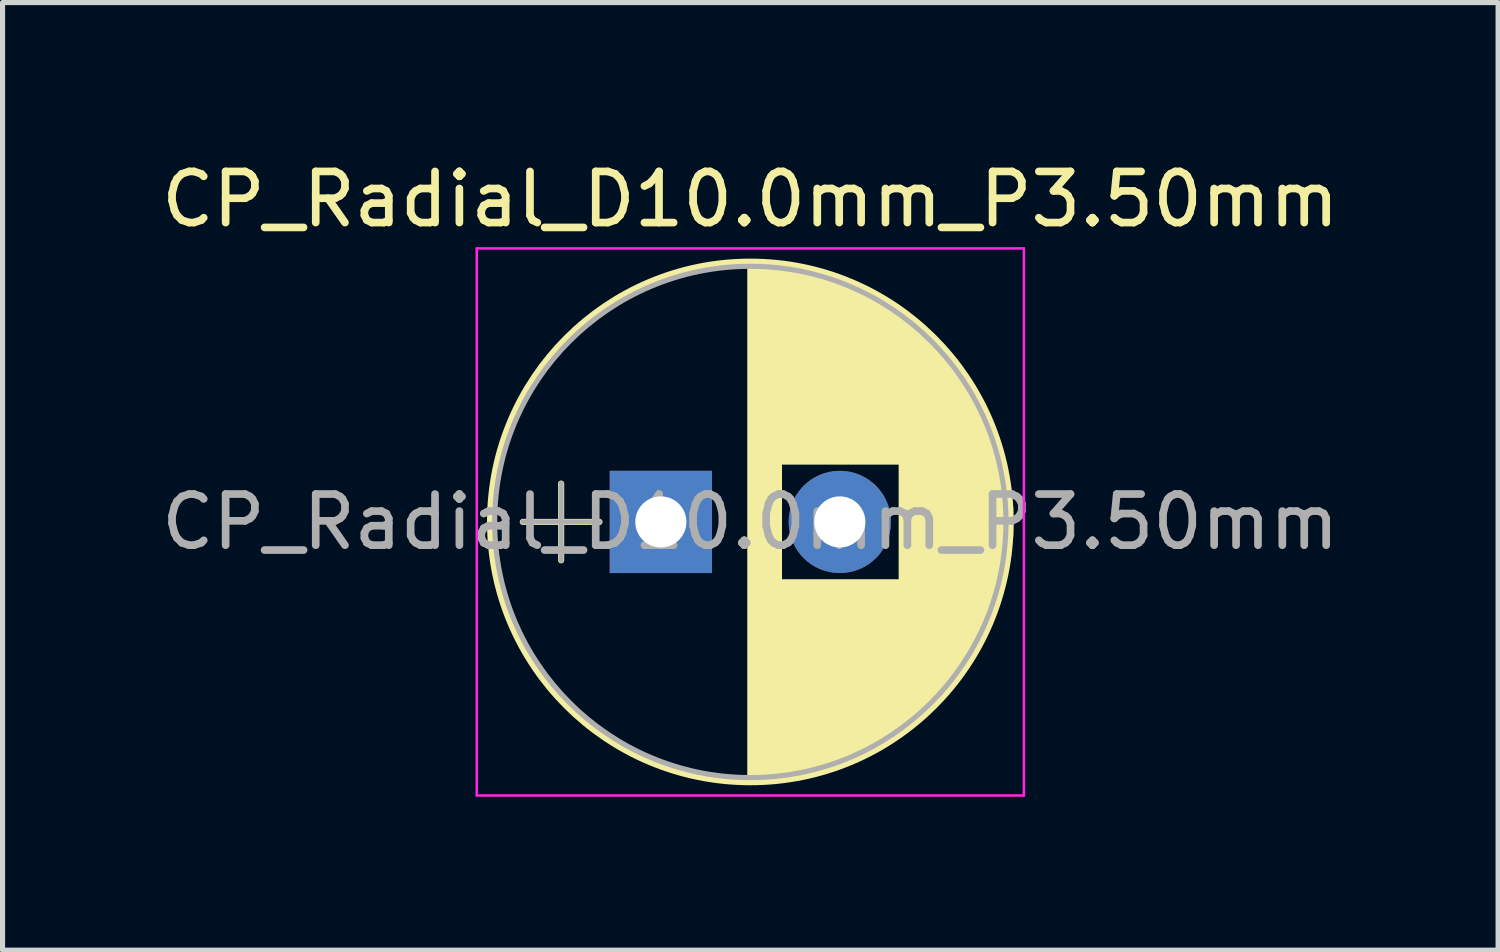
<source format=kicad_pcb>
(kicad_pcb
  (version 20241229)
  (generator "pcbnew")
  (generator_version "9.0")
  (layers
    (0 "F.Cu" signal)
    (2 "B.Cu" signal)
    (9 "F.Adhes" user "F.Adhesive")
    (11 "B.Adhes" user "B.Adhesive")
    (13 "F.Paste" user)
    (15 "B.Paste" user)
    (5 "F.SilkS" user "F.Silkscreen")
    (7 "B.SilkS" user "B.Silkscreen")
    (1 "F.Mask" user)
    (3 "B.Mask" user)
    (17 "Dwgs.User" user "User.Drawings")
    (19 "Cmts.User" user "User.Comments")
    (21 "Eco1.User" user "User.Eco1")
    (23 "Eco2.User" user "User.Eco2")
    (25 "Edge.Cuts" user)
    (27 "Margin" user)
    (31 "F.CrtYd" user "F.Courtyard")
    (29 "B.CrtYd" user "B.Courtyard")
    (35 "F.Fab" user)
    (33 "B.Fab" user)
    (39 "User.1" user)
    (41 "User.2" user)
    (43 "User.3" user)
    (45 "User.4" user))
  (footprint "CP_Radial_D10.0mm_P3.50mm"
    (layer "F.Cu")
    (at 9.875 7.158)
    (property "Reference" "CP_Radial_D10.0mm_P3.50mm" (at 1.75 -6.31 0) (layer "F.SilkS") (effects (font (size 1 1) (thickness 0.15))))
    (attr through_hole)
    (fp_line (start -2.7 0) (end -1.2 0) (stroke (width 0.12) (type solid)) (layer "F.SilkS"))
    (fp_line (start -1.95 -0.75) (end -1.95 0.75) (stroke (width 0.12) (type solid)) (layer "F.SilkS"))
    (fp_line (start 1.75 -5.05) (end 1.75 5.05) (stroke (width 0.12) (type solid)) (layer "F.SilkS"))
    (fp_line (start 1.79 -5.05) (end 1.79 5.05) (stroke (width 0.12) (type solid)) (layer "F.SilkS"))
    (fp_line (start 1.83 -5.05) (end 1.83 5.05) (stroke (width 0.12) (type solid)) (layer "F.SilkS"))
    (fp_line (start 1.87 -5.049) (end 1.87 5.049) (stroke (width 0.12) (type solid)) (layer "F.SilkS"))
    (fp_line (start 1.91 -5.048) (end 1.91 5.048) (stroke (width 0.12) (type solid)) (layer "F.SilkS"))
    (fp_line (start 1.95 -5.047) (end 1.95 5.047) (stroke (width 0.12) (type solid)) (layer "F.SilkS"))
    (fp_line (start 1.99 -5.045) (end 1.99 5.045) (stroke (width 0.12) (type solid)) (layer "F.SilkS"))
    (fp_line (start 2.03 -5.043) (end 2.03 5.043) (stroke (width 0.12) (type solid)) (layer "F.SilkS"))
    (fp_line (start 2.07 -5.04) (end 2.07 5.04) (stroke (width 0.12) (type solid)) (layer "F.SilkS"))
    (fp_line (start 2.11 -5.038) (end 2.11 5.038) (stroke (width 0.12) (type solid)) (layer "F.SilkS"))
    (fp_line (start 2.15 -5.035) (end 2.15 5.035) (stroke (width 0.12) (type solid)) (layer "F.SilkS"))
    (fp_line (start 2.19 -5.031) (end 2.19 5.031) (stroke (width 0.12) (type solid)) (layer "F.SilkS"))
    (fp_line (start 2.23 -5.028) (end 2.23 5.028) (stroke (width 0.12) (type solid)) (layer "F.SilkS"))
    (fp_line (start 2.27 -5.024) (end 2.27 5.024) (stroke (width 0.12) (type solid)) (layer "F.SilkS"))
    (fp_line (start 2.31 -5.02) (end 2.31 5.02) (stroke (width 0.12) (type solid)) (layer "F.SilkS"))
    (fp_line (start 2.35 -5.015) (end 2.35 -1.181) (stroke (width 0.12) (type solid)) (layer "F.SilkS"))
    (fp_line (start 2.35 1.181) (end 2.35 5.015) (stroke (width 0.12) (type solid)) (layer "F.SilkS"))
    (fp_line (start 2.39 -5.01) (end 2.39 -1.181) (stroke (width 0.12) (type solid)) (layer "F.SilkS"))
    (fp_line (start 2.39 1.181) (end 2.39 5.01) (stroke (width 0.12) (type solid)) (layer "F.SilkS"))
    (fp_line (start 2.43 -5.005) (end 2.43 -1.181) (stroke (width 0.12) (type solid)) (layer "F.SilkS"))
    (fp_line (start 2.43 1.181) (end 2.43 5.005) (stroke (width 0.12) (type solid)) (layer "F.SilkS"))
    (fp_line (start 2.471 -4.999) (end 2.471 -1.181) (stroke (width 0.12) (type solid)) (layer "F.SilkS"))
    (fp_line (start 2.471 1.181) (end 2.471 4.999) (stroke (width 0.12) (type solid)) (layer "F.SilkS"))
    (fp_line (start 2.511 -4.993) (end 2.511 -1.181) (stroke (width 0.12) (type solid)) (layer "F.SilkS"))
    (fp_line (start 2.511 1.181) (end 2.511 4.993) (stroke (width 0.12) (type solid)) (layer "F.SilkS"))
    (fp_line (start 2.551 -4.987) (end 2.551 -1.181) (stroke (width 0.12) (type solid)) (layer "F.SilkS"))
    (fp_line (start 2.551 1.181) (end 2.551 4.987) (stroke (width 0.12) (type solid)) (layer "F.SilkS"))
    (fp_line (start 2.591 -4.981) (end 2.591 -1.181) (stroke (width 0.12) (type solid)) (layer "F.SilkS"))
    (fp_line (start 2.591 1.181) (end 2.591 4.981) (stroke (width 0.12) (type solid)) (layer "F.SilkS"))
    (fp_line (start 2.631 -4.974) (end 2.631 -1.181) (stroke (width 0.12) (type solid)) (layer "F.SilkS"))
    (fp_line (start 2.631 1.181) (end 2.631 4.974) (stroke (width 0.12) (type solid)) (layer "F.SilkS"))
    (fp_line (start 2.671 -4.967) (end 2.671 -1.181) (stroke (width 0.12) (type solid)) (layer "F.SilkS"))
    (fp_line (start 2.671 1.181) (end 2.671 4.967) (stroke (width 0.12) (type solid)) (layer "F.SilkS"))
    (fp_line (start 2.711 -4.959) (end 2.711 -1.181) (stroke (width 0.12) (type solid)) (layer "F.SilkS"))
    (fp_line (start 2.711 1.181) (end 2.711 4.959) (stroke (width 0.12) (type solid)) (layer "F.SilkS"))
    (fp_line (start 2.751 -4.951) (end 2.751 -1.181) (stroke (width 0.12) (type solid)) (layer "F.SilkS"))
    (fp_line (start 2.751 1.181) (end 2.751 4.951) (stroke (width 0.12) (type solid)) (layer "F.SilkS"))
    (fp_line (start 2.791 -4.943) (end 2.791 -1.181) (stroke (width 0.12) (type solid)) (layer "F.SilkS"))
    (fp_line (start 2.791 1.181) (end 2.791 4.943) (stroke (width 0.12) (type solid)) (layer "F.SilkS"))
    (fp_line (start 2.831 -4.935) (end 2.831 -1.181) (stroke (width 0.12) (type solid)) (layer "F.SilkS"))
    (fp_line (start 2.831 1.181) (end 2.831 4.935) (stroke (width 0.12) (type solid)) (layer "F.SilkS"))
    (fp_line (start 2.871 -4.926) (end 2.871 -1.181) (stroke (width 0.12) (type solid)) (layer "F.SilkS"))
    (fp_line (start 2.871 1.181) (end 2.871 4.926) (stroke (width 0.12) (type solid)) (layer "F.SilkS"))
    (fp_line (start 2.911 -4.917) (end 2.911 -1.181) (stroke (width 0.12) (type solid)) (layer "F.SilkS"))
    (fp_line (start 2.911 1.181) (end 2.911 4.917) (stroke (width 0.12) (type solid)) (layer "F.SilkS"))
    (fp_line (start 2.951 -4.907) (end 2.951 -1.181) (stroke (width 0.12) (type solid)) (layer "F.SilkS"))
    (fp_line (start 2.951 1.181) (end 2.951 4.907) (stroke (width 0.12) (type solid)) (layer "F.SilkS"))
    (fp_line (start 2.991 -4.897) (end 2.991 -1.181) (stroke (width 0.12) (type solid)) (layer "F.SilkS"))
    (fp_line (start 2.991 1.181) (end 2.991 4.897) (stroke (width 0.12) (type solid)) (layer "F.SilkS"))
    (fp_line (start 3.031 -4.887) (end 3.031 -1.181) (stroke (width 0.12) (type solid)) (layer "F.SilkS"))
    (fp_line (start 3.031 1.181) (end 3.031 4.887) (stroke (width 0.12) (type solid)) (layer "F.SilkS"))
    (fp_line (start 3.071 -4.876) (end 3.071 -1.181) (stroke (width 0.12) (type solid)) (layer "F.SilkS"))
    (fp_line (start 3.071 1.181) (end 3.071 4.876) (stroke (width 0.12) (type solid)) (layer "F.SilkS"))
    (fp_line (start 3.111 -4.865) (end 3.111 -1.181) (stroke (width 0.12) (type solid)) (layer "F.SilkS"))
    (fp_line (start 3.111 1.181) (end 3.111 4.865) (stroke (width 0.12) (type solid)) (layer "F.SilkS"))
    (fp_line (start 3.151 -4.854) (end 3.151 -1.181) (stroke (width 0.12) (type solid)) (layer "F.SilkS"))
    (fp_line (start 3.151 1.181) (end 3.151 4.854) (stroke (width 0.12) (type solid)) (layer "F.SilkS"))
    (fp_line (start 3.191 -4.843) (end 3.191 -1.181) (stroke (width 0.12) (type solid)) (layer "F.SilkS"))
    (fp_line (start 3.191 1.181) (end 3.191 4.843) (stroke (width 0.12) (type solid)) (layer "F.SilkS"))
    (fp_line (start 3.231 -4.831) (end 3.231 -1.181) (stroke (width 0.12) (type solid)) (layer "F.SilkS"))
    (fp_line (start 3.231 1.181) (end 3.231 4.831) (stroke (width 0.12) (type solid)) (layer "F.SilkS"))
    (fp_line (start 3.271 -4.818) (end 3.271 -1.181) (stroke (width 0.12) (type solid)) (layer "F.SilkS"))
    (fp_line (start 3.271 1.181) (end 3.271 4.818) (stroke (width 0.12) (type solid)) (layer "F.SilkS"))
    (fp_line (start 3.311 -4.806) (end 3.311 -1.181) (stroke (width 0.12) (type solid)) (layer "F.SilkS"))
    (fp_line (start 3.311 1.181) (end 3.311 4.806) (stroke (width 0.12) (type solid)) (layer "F.SilkS"))
    (fp_line (start 3.351 -4.792) (end 3.351 -1.181) (stroke (width 0.12) (type solid)) (layer "F.SilkS"))
    (fp_line (start 3.351 1.181) (end 3.351 4.792) (stroke (width 0.12) (type solid)) (layer "F.SilkS"))
    (fp_line (start 3.391 -4.779) (end 3.391 -1.181) (stroke (width 0.12) (type solid)) (layer "F.SilkS"))
    (fp_line (start 3.391 1.181) (end 3.391 4.779) (stroke (width 0.12) (type solid)) (layer "F.SilkS"))
    (fp_line (start 3.431 -4.765) (end 3.431 -1.181) (stroke (width 0.12) (type solid)) (layer "F.SilkS"))
    (fp_line (start 3.431 1.181) (end 3.431 4.765) (stroke (width 0.12) (type solid)) (layer "F.SilkS"))
    (fp_line (start 3.471 -4.751) (end 3.471 -1.181) (stroke (width 0.12) (type solid)) (layer "F.SilkS"))
    (fp_line (start 3.471 1.181) (end 3.471 4.751) (stroke (width 0.12) (type solid)) (layer "F.SilkS"))
    (fp_line (start 3.511 -4.737) (end 3.511 -1.181) (stroke (width 0.12) (type solid)) (layer "F.SilkS"))
    (fp_line (start 3.511 1.181) (end 3.511 4.737) (stroke (width 0.12) (type solid)) (layer "F.SilkS"))
    (fp_line (start 3.551 -4.722) (end 3.551 -1.181) (stroke (width 0.12) (type solid)) (layer "F.SilkS"))
    (fp_line (start 3.551 1.181) (end 3.551 4.722) (stroke (width 0.12) (type solid)) (layer "F.SilkS"))
    (fp_line (start 3.591 -4.706) (end 3.591 -1.181) (stroke (width 0.12) (type solid)) (layer "F.SilkS"))
    (fp_line (start 3.591 1.181) (end 3.591 4.706) (stroke (width 0.12) (type solid)) (layer "F.SilkS"))
    (fp_line (start 3.631 -4.691) (end 3.631 -1.181) (stroke (width 0.12) (type solid)) (layer "F.SilkS"))
    (fp_line (start 3.631 1.181) (end 3.631 4.691) (stroke (width 0.12) (type solid)) (layer "F.SilkS"))
    (fp_line (start 3.671 -4.674) (end 3.671 -1.181) (stroke (width 0.12) (type solid)) (layer "F.SilkS"))
    (fp_line (start 3.671 1.181) (end 3.671 4.674) (stroke (width 0.12) (type solid)) (layer "F.SilkS"))
    (fp_line (start 3.711 -4.658) (end 3.711 -1.181) (stroke (width 0.12) (type solid)) (layer "F.SilkS"))
    (fp_line (start 3.711 1.181) (end 3.711 4.658) (stroke (width 0.12) (type solid)) (layer "F.SilkS"))
    (fp_line (start 3.751 -4.641) (end 3.751 -1.181) (stroke (width 0.12) (type solid)) (layer "F.SilkS"))
    (fp_line (start 3.751 1.181) (end 3.751 4.641) (stroke (width 0.12) (type solid)) (layer "F.SilkS"))
    (fp_line (start 3.791 -4.624) (end 3.791 -1.181) (stroke (width 0.12) (type solid)) (layer "F.SilkS"))
    (fp_line (start 3.791 1.181) (end 3.791 4.624) (stroke (width 0.12) (type solid)) (layer "F.SilkS"))
    (fp_line (start 3.831 -4.606) (end 3.831 -1.181) (stroke (width 0.12) (type solid)) (layer "F.SilkS"))
    (fp_line (start 3.831 1.181) (end 3.831 4.606) (stroke (width 0.12) (type solid)) (layer "F.SilkS"))
    (fp_line (start 3.871 -4.588) (end 3.871 -1.181) (stroke (width 0.12) (type solid)) (layer "F.SilkS"))
    (fp_line (start 3.871 1.181) (end 3.871 4.588) (stroke (width 0.12) (type solid)) (layer "F.SilkS"))
    (fp_line (start 3.911 -4.569) (end 3.911 -1.181) (stroke (width 0.12) (type solid)) (layer "F.SilkS"))
    (fp_line (start 3.911 1.181) (end 3.911 4.569) (stroke (width 0.12) (type solid)) (layer "F.SilkS"))
    (fp_line (start 3.951 -4.55) (end 3.951 -1.181) (stroke (width 0.12) (type solid)) (layer "F.SilkS"))
    (fp_line (start 3.951 1.181) (end 3.951 4.55) (stroke (width 0.12) (type solid)) (layer "F.SilkS"))
    (fp_line (start 3.991 -4.531) (end 3.991 -1.181) (stroke (width 0.12) (type solid)) (layer "F.SilkS"))
    (fp_line (start 3.991 1.181) (end 3.991 4.531) (stroke (width 0.12) (type solid)) (layer "F.SilkS"))
    (fp_line (start 4.031 -4.511) (end 4.031 -1.181) (stroke (width 0.12) (type solid)) (layer "F.SilkS"))
    (fp_line (start 4.031 1.181) (end 4.031 4.511) (stroke (width 0.12) (type solid)) (layer "F.SilkS"))
    (fp_line (start 4.071 -4.491) (end 4.071 -1.181) (stroke (width 0.12) (type solid)) (layer "F.SilkS"))
    (fp_line (start 4.071 1.181) (end 4.071 4.491) (stroke (width 0.12) (type solid)) (layer "F.SilkS"))
    (fp_line (start 4.111 -4.47) (end 4.111 -1.181) (stroke (width 0.12) (type solid)) (layer "F.SilkS"))
    (fp_line (start 4.111 1.181) (end 4.111 4.47) (stroke (width 0.12) (type solid)) (layer "F.SilkS"))
    (fp_line (start 4.151 -4.449) (end 4.151 -1.181) (stroke (width 0.12) (type solid)) (layer "F.SilkS"))
    (fp_line (start 4.151 1.181) (end 4.151 4.449) (stroke (width 0.12) (type solid)) (layer "F.SilkS"))
    (fp_line (start 4.191 -4.428) (end 4.191 -1.181) (stroke (width 0.12) (type solid)) (layer "F.SilkS"))
    (fp_line (start 4.191 1.181) (end 4.191 4.428) (stroke (width 0.12) (type solid)) (layer "F.SilkS"))
    (fp_line (start 4.231 -4.405) (end 4.231 -1.181) (stroke (width 0.12) (type solid)) (layer "F.SilkS"))
    (fp_line (start 4.231 1.181) (end 4.231 4.405) (stroke (width 0.12) (type solid)) (layer "F.SilkS"))
    (fp_line (start 4.271 -4.383) (end 4.271 -1.181) (stroke (width 0.12) (type solid)) (layer "F.SilkS"))
    (fp_line (start 4.271 1.181) (end 4.271 4.383) (stroke (width 0.12) (type solid)) (layer "F.SilkS"))
    (fp_line (start 4.311 -4.36) (end 4.311 -1.181) (stroke (width 0.12) (type solid)) (layer "F.SilkS"))
    (fp_line (start 4.311 1.181) (end 4.311 4.36) (stroke (width 0.12) (type solid)) (layer "F.SilkS"))
    (fp_line (start 4.351 -4.336) (end 4.351 -1.181) (stroke (width 0.12) (type solid)) (layer "F.SilkS"))
    (fp_line (start 4.351 1.181) (end 4.351 4.336) (stroke (width 0.12) (type solid)) (layer "F.SilkS"))
    (fp_line (start 4.391 -4.312) (end 4.391 -1.181) (stroke (width 0.12) (type solid)) (layer "F.SilkS"))
    (fp_line (start 4.391 1.181) (end 4.391 4.312) (stroke (width 0.12) (type solid)) (layer "F.SilkS"))
    (fp_line (start 4.431 -4.288) (end 4.431 -1.181) (stroke (width 0.12) (type solid)) (layer "F.SilkS"))
    (fp_line (start 4.431 1.181) (end 4.431 4.288) (stroke (width 0.12) (type solid)) (layer "F.SilkS"))
    (fp_line (start 4.471 -4.263) (end 4.471 -1.181) (stroke (width 0.12) (type solid)) (layer "F.SilkS"))
    (fp_line (start 4.471 1.181) (end 4.471 4.263) (stroke (width 0.12) (type solid)) (layer "F.SilkS"))
    (fp_line (start 4.511 -4.237) (end 4.511 -1.181) (stroke (width 0.12) (type solid)) (layer "F.SilkS"))
    (fp_line (start 4.511 1.181) (end 4.511 4.237) (stroke (width 0.12) (type solid)) (layer "F.SilkS"))
    (fp_line (start 4.551 -4.211) (end 4.551 -1.181) (stroke (width 0.12) (type solid)) (layer "F.SilkS"))
    (fp_line (start 4.551 1.181) (end 4.551 4.211) (stroke (width 0.12) (type solid)) (layer "F.SilkS"))
    (fp_line (start 4.591 -4.185) (end 4.591 -1.181) (stroke (width 0.12) (type solid)) (layer "F.SilkS"))
    (fp_line (start 4.591 1.181) (end 4.591 4.185) (stroke (width 0.12) (type solid)) (layer "F.SilkS"))
    (fp_line (start 4.631 -4.157) (end 4.631 -1.181) (stroke (width 0.12) (type solid)) (layer "F.SilkS"))
    (fp_line (start 4.631 1.181) (end 4.631 4.157) (stroke (width 0.12) (type solid)) (layer "F.SilkS"))
    (fp_line (start 4.671 -4.13) (end 4.671 -1.181) (stroke (width 0.12) (type solid)) (layer "F.SilkS"))
    (fp_line (start 4.671 1.181) (end 4.671 4.13) (stroke (width 0.12) (type solid)) (layer "F.SilkS"))
    (fp_line (start 4.711 -4.101) (end 4.711 4.101) (stroke (width 0.12) (type solid)) (layer "F.SilkS"))
    (fp_line (start 4.751 -4.072) (end 4.751 4.072) (stroke (width 0.12) (type solid)) (layer "F.SilkS"))
    (fp_line (start 4.791 -4.043) (end 4.791 4.043) (stroke (width 0.12) (type solid)) (layer "F.SilkS"))
    (fp_line (start 4.831 -4.013) (end 4.831 4.013) (stroke (width 0.12) (type solid)) (layer "F.SilkS"))
    (fp_line (start 4.871 -3.982) (end 4.871 3.982) (stroke (width 0.12) (type solid)) (layer "F.SilkS"))
    (fp_line (start 4.911 -3.951) (end 4.911 3.951) (stroke (width 0.12) (type solid)) (layer "F.SilkS"))
    (fp_line (start 4.951 -3.919) (end 4.951 3.919) (stroke (width 0.12) (type solid)) (layer "F.SilkS"))
    (fp_line (start 4.991 -3.886) (end 4.991 3.886) (stroke (width 0.12) (type solid)) (layer "F.SilkS"))
    (fp_line (start 5.031 -3.853) (end 5.031 3.853) (stroke (width 0.12) (type solid)) (layer "F.SilkS"))
    (fp_line (start 5.071 -3.819) (end 5.071 3.819) (stroke (width 0.12) (type solid)) (layer "F.SilkS"))
    (fp_line (start 5.111 -3.784) (end 5.111 3.784) (stroke (width 0.12) (type solid)) (layer "F.SilkS"))
    (fp_line (start 5.151 -3.748) (end 5.151 3.748) (stroke (width 0.12) (type solid)) (layer "F.SilkS"))
    (fp_line (start 5.191 -3.712) (end 5.191 3.712) (stroke (width 0.12) (type solid)) (layer "F.SilkS"))
    (fp_line (start 5.231 -3.675) (end 5.231 3.675) (stroke (width 0.12) (type solid)) (layer "F.SilkS"))
    (fp_line (start 5.271 -3.637) (end 5.271 3.637) (stroke (width 0.12) (type solid)) (layer "F.SilkS"))
    (fp_line (start 5.311 -3.598) (end 5.311 3.598) (stroke (width 0.12) (type solid)) (layer "F.SilkS"))
    (fp_line (start 5.351 -3.559) (end 5.351 3.559) (stroke (width 0.12) (type solid)) (layer "F.SilkS"))
    (fp_line (start 5.391 -3.518) (end 5.391 3.518) (stroke (width 0.12) (type solid)) (layer "F.SilkS"))
    (fp_line (start 5.431 -3.477) (end 5.431 3.477) (stroke (width 0.12) (type solid)) (layer "F.SilkS"))
    (fp_line (start 5.471 -3.435) (end 5.471 3.435) (stroke (width 0.12) (type solid)) (layer "F.SilkS"))
    (fp_line (start 5.511 -3.391) (end 5.511 3.391) (stroke (width 0.12) (type solid)) (layer "F.SilkS"))
    (fp_line (start 5.551 -3.347) (end 5.551 3.347) (stroke (width 0.12) (type solid)) (layer "F.SilkS"))
    (fp_line (start 5.591 -3.302) (end 5.591 3.302) (stroke (width 0.12) (type solid)) (layer "F.SilkS"))
    (fp_line (start 5.631 -3.255) (end 5.631 3.255) (stroke (width 0.12) (type solid)) (layer "F.SilkS"))
    (fp_line (start 5.671 -3.207) (end 5.671 3.207) (stroke (width 0.12) (type solid)) (layer "F.SilkS"))
    (fp_line (start 5.711 -3.158) (end 5.711 3.158) (stroke (width 0.12) (type solid)) (layer "F.SilkS"))
    (fp_line (start 5.751 -3.108) (end 5.751 3.108) (stroke (width 0.12) (type solid)) (layer "F.SilkS"))
    (fp_line (start 5.791 -3.057) (end 5.791 3.057) (stroke (width 0.12) (type solid)) (layer "F.SilkS"))
    (fp_line (start 5.831 -3.004) (end 5.831 3.004) (stroke (width 0.12) (type solid)) (layer "F.SilkS"))
    (fp_line (start 5.871 -2.949) (end 5.871 2.949) (stroke (width 0.12) (type solid)) (layer "F.SilkS"))
    (fp_line (start 5.911 -2.894) (end 5.911 2.894) (stroke (width 0.12) (type solid)) (layer "F.SilkS"))
    (fp_line (start 5.951 -2.836) (end 5.951 2.836) (stroke (width 0.12) (type solid)) (layer "F.SilkS"))
    (fp_line (start 5.991 -2.777) (end 5.991 2.777) (stroke (width 0.12) (type solid)) (layer "F.SilkS"))
    (fp_line (start 6.031 -2.715) (end 6.031 2.715) (stroke (width 0.12) (type solid)) (layer "F.SilkS"))
    (fp_line (start 6.071 -2.652) (end 6.071 2.652) (stroke (width 0.12) (type solid)) (layer "F.SilkS"))
    (fp_line (start 6.111 -2.587) (end 6.111 2.587) (stroke (width 0.12) (type solid)) (layer "F.SilkS"))
    (fp_line (start 6.151 -2.519) (end 6.151 2.519) (stroke (width 0.12) (type solid)) (layer "F.SilkS"))
    (fp_line (start 6.191 -2.449) (end 6.191 2.449) (stroke (width 0.12) (type solid)) (layer "F.SilkS"))
    (fp_line (start 6.231 -2.377) (end 6.231 2.377) (stroke (width 0.12) (type solid)) (layer "F.SilkS"))
    (fp_line (start 6.271 -2.301) (end 6.271 2.301) (stroke (width 0.12) (type solid)) (layer "F.SilkS"))
    (fp_line (start 6.311 -2.222) (end 6.311 2.222) (stroke (width 0.12) (type solid)) (layer "F.SilkS"))
    (fp_line (start 6.351 -2.14) (end 6.351 2.14) (stroke (width 0.12) (type solid)) (layer "F.SilkS"))
    (fp_line (start 6.391 -2.053) (end 6.391 2.053) (stroke (width 0.12) (type solid)) (layer "F.SilkS"))
    (fp_line (start 6.431 -1.962) (end 6.431 1.962) (stroke (width 0.12) (type solid)) (layer "F.SilkS"))
    (fp_line (start 6.471 -1.866) (end 6.471 1.866) (stroke (width 0.12) (type solid)) (layer "F.SilkS"))
    (fp_line (start 6.511 -1.763) (end 6.511 1.763) (stroke (width 0.12) (type solid)) (layer "F.SilkS"))
    (fp_line (start 6.551 -1.654) (end 6.551 1.654) (stroke (width 0.12) (type solid)) (layer "F.SilkS"))
    (fp_line (start 6.591 -1.536) (end 6.591 1.536) (stroke (width 0.12) (type solid)) (layer "F.SilkS"))
    (fp_line (start 6.631 -1.407) (end 6.631 1.407) (stroke (width 0.12) (type solid)) (layer "F.SilkS"))
    (fp_line (start 6.671 -1.265) (end 6.671 1.265) (stroke (width 0.12) (type solid)) (layer "F.SilkS"))
    (fp_line (start 6.711 -1.104) (end 6.711 1.104) (stroke (width 0.12) (type solid)) (layer "F.SilkS"))
    (fp_line (start 6.751 -0.913) (end 6.751 0.913) (stroke (width 0.12) (type solid)) (layer "F.SilkS"))
    (fp_line (start 6.791 -0.672) (end 6.791 0.672) (stroke (width 0.12) (type solid)) (layer "F.SilkS"))
    (fp_line (start 6.831 -0.279) (end 6.831 0.279) (stroke (width 0.12) (type solid)) (layer "F.SilkS"))
    (fp_circle (center 1.75 0) (end 6.84 0) (stroke (width 0.12) (type solid)) (fill no) (layer "F.SilkS"))
    (fp_line (start -3.6 -5.35) (end -3.6 5.35) (stroke (width 0.05) (type solid)) (layer "F.CrtYd"))
    (fp_line (start -3.6 5.35) (end 7.1 5.35) (stroke (width 0.05) (type solid)) (layer "F.CrtYd"))
    (fp_line (start 7.1 -5.35) (end -3.6 -5.35) (stroke (width 0.05) (type solid)) (layer "F.CrtYd"))
    (fp_line (start 7.1 5.35) (end 7.1 -5.35) (stroke (width 0.05) (type solid)) (layer "F.CrtYd"))
    (fp_line (start -2.7 0) (end -1.2 0) (stroke (width 0.1) (type solid)) (layer "F.Fab"))
    (fp_line (start -1.95 -0.75) (end -1.95 0.75) (stroke (width 0.1) (type solid)) (layer "F.Fab"))
    (fp_circle (center 1.75 0) (end 6.75 0) (stroke (width 0.1) (type solid)) (fill no) (layer "F.Fab"))
    (fp_text user "${REFERENCE}" (at 1.75 0 0) (layer "F.Fab") (effects (font (size 1 1) (thickness 0.15))))
    (pad "1" thru_hole rect (at 0 0) (size 2 2) (drill 1) (layers "*.Cu" "*.Mask"))
    (pad "2" thru_hole circle (at 3.5 0) (size 2 2) (drill 1) (layers "*.Cu" "*.Mask")))
  (gr_rect
    (start -3 -3)
    (end 26.25 15.533)
    (stroke (width 0.1) (type default))
    (fill no)
    (layer "Edge.Cuts")))
</source>
